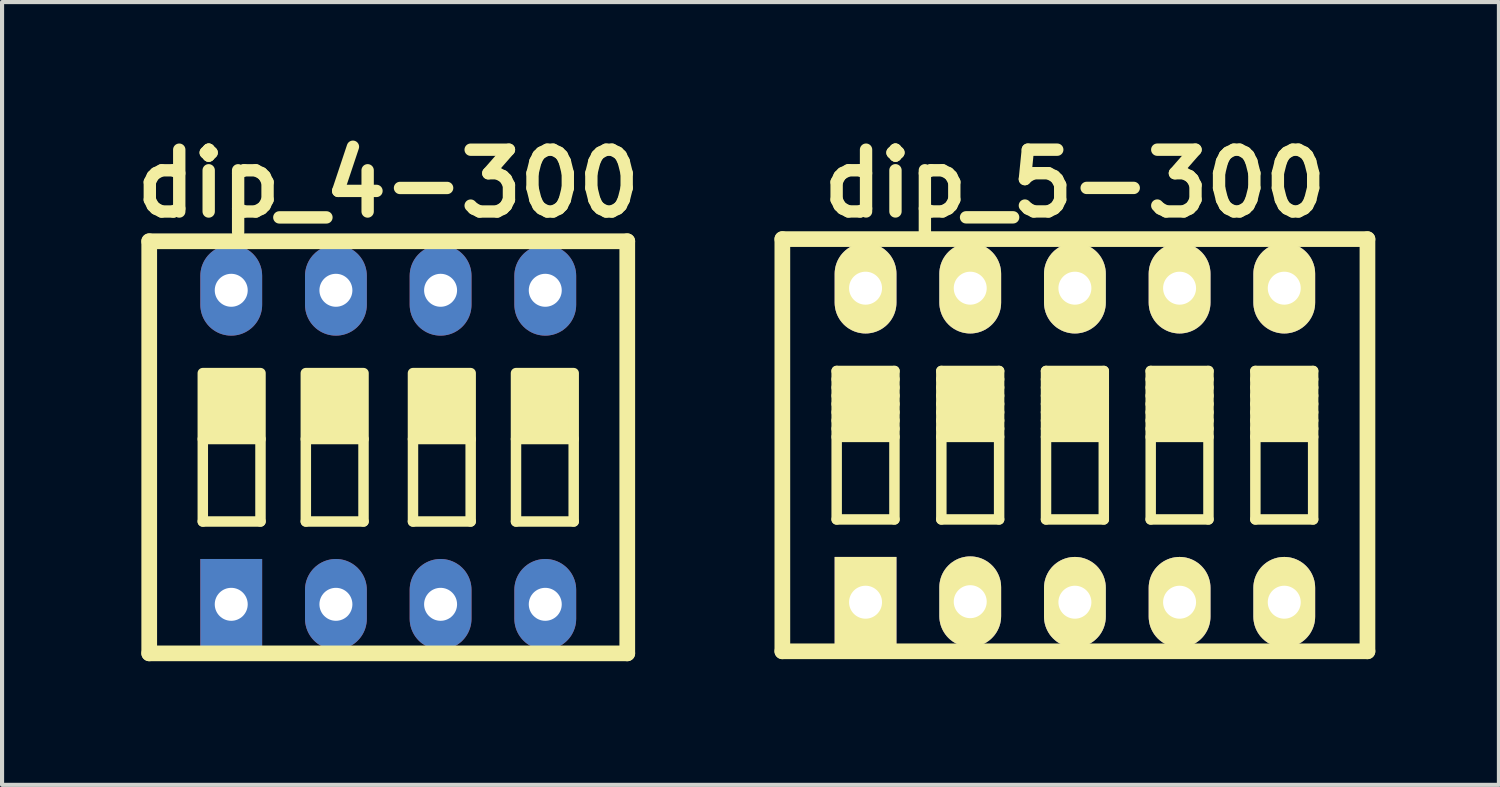
<source format=kicad_pcb>
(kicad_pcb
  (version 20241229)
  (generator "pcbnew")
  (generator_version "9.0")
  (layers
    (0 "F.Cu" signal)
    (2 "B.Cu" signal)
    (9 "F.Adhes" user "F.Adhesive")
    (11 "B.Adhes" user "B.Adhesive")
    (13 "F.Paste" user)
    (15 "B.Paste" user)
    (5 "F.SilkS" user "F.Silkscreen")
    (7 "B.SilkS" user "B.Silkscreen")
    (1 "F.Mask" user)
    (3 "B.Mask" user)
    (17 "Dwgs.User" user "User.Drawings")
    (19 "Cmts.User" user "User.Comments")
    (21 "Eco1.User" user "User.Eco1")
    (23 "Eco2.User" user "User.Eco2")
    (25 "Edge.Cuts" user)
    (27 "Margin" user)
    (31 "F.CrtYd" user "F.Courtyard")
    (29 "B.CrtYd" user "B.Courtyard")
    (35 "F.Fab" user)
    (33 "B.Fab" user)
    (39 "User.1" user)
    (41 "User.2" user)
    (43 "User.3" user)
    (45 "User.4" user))
  (footprint "dip_4-300"
    (layer "F.Cu")
    (at 6.371 7.804)
    (property "Reference" "dip_4-300" (at 0 -6.4 0) (layer "F.SilkS") (effects (font (size 1.5 1.5) (thickness 0.3))))
    (attr through_hole)
    (fp_line (start -5.8 -5) (end 5.8 -5) (stroke (width 0.381) (type solid)) (layer "F.SilkS"))
    (fp_line (start -5.8 5) (end -5.8 -5) (stroke (width 0.381) (type solid)) (layer "F.SilkS"))
    (fp_line (start -4.5 -0.2) (end -4.5 1.8) (stroke (width 0.254) (type solid)) (layer "F.SilkS"))
    (fp_line (start -4.5 1.8) (end -3.1 1.8) (stroke (width 0.254) (type solid)) (layer "F.SilkS"))
    (fp_line (start -3.1 1.8) (end -3.1 -0.2) (stroke (width 0.254) (type solid)) (layer "F.SilkS"))
    (fp_line (start -2 -0.2) (end -2 1.8) (stroke (width 0.254) (type solid)) (layer "F.SilkS"))
    (fp_line (start -2 1.8) (end -0.6 1.8) (stroke (width 0.254) (type solid)) (layer "F.SilkS"))
    (fp_line (start -0.6 1.8) (end -0.6 -0.2) (stroke (width 0.254) (type solid)) (layer "F.SilkS"))
    (fp_line (start 0.6 -0.2) (end 0.6 1.8) (stroke (width 0.254) (type solid)) (layer "F.SilkS"))
    (fp_line (start 0.6 1.8) (end 2 1.8) (stroke (width 0.254) (type solid)) (layer "F.SilkS"))
    (fp_line (start 2 1.8) (end 2 -0.2) (stroke (width 0.254) (type solid)) (layer "F.SilkS"))
    (fp_line (start 3.1 -0.2) (end 3.1 1.8) (stroke (width 0.254) (type solid)) (layer "F.SilkS"))
    (fp_line (start 3.1 1.8) (end 4.5 1.8) (stroke (width 0.254) (type solid)) (layer "F.SilkS"))
    (fp_line (start 4.5 1.8) (end 4.5 -0.2) (stroke (width 0.254) (type solid)) (layer "F.SilkS"))
    (fp_line (start 5.8 -5) (end 5.8 5) (stroke (width 0.381) (type solid)) (layer "F.SilkS"))
    (fp_line (start 5.8 5) (end -5.8 5) (stroke (width 0.381) (type solid)) (layer "F.SilkS"))
    (fp_poly (pts (xy -3.1 -0.2) (xy -4.5 -0.2) (xy -4.5 -1.8) (xy -3.1 -1.8)) (stroke (width 0.254) (type solid)) (fill yes) (layer "F.SilkS"))
    (fp_poly (pts (xy -2 -0.2) (xy -0.6 -0.2) (xy -0.6 -1.8) (xy -2 -1.8)) (stroke (width 0.254) (type solid)) (fill yes) (layer "F.SilkS"))
    (fp_poly (pts (xy 0.6 -0.2) (xy 2 -0.2) (xy 2 -1.8) (xy 0.6 -1.8)) (stroke (width 0.254) (type solid)) (fill yes) (layer "F.SilkS"))
    (fp_poly (pts (xy 3.1 -0.2) (xy 4.5 -0.2) (xy 4.5 -1.8) (xy 3.1 -1.8)) (stroke (width 0.254) (type solid)) (fill yes) (layer "F.SilkS"))
    (pad "1" thru_hole rect (at -3.81 3.81) (size 1.5 2.2) (drill 0.8) (layers "*.Cu" "*.Mask"))
    (pad "2" thru_hole oval (at -1.27 3.81) (size 1.5 2.2) (drill 0.8) (layers "*.Cu" "*.Mask"))
    (pad "3" thru_hole oval (at 1.27 3.81) (size 1.5 2.2) (drill 0.8) (layers "*.Cu" "*.Mask"))
    (pad "4" thru_hole oval (at 3.81 3.81) (size 1.5 2.2) (drill 0.8) (layers "*.Cu" "*.Mask"))
    (pad "5" thru_hole oval (at 3.81 -3.81) (size 1.5 2.2) (drill 0.8) (layers "*.Cu" "*.Mask"))
    (pad "6" thru_hole oval (at 1.27 -3.81) (size 1.5 2.2) (drill 0.8) (layers "*.Cu" "*.Mask"))
    (pad "7" thru_hole oval (at -1.27 -3.81) (size 1.5 2.2) (drill 0.8) (layers "*.Cu" "*.Mask"))
    (pad "8" thru_hole oval (at -3.81 -3.81) (size 1.5 2.2) (drill 0.8) (layers "*.Cu" "*.Mask")))
  (footprint "dip_5-300"
    (layer "F.Cu")
    (at 23.033 7.753)
    (property "Reference" "dip_5-300" (at 0 -6.35 0) (layer "F.SilkS") (effects (font (size 1.499 1.499) (thickness 0.3))))
    (attr through_hole)
    (fp_line (start -7.099 5.001) (end -7.099 -5.001) (stroke (width 0.381) (type solid)) (layer "F.SilkS"))
    (fp_line (start -7.099 5.001) (end 7.099 5.001) (stroke (width 0.381) (type solid)) (layer "F.SilkS"))
    (fp_line (start -5.781 -1.801) (end -5.781 1.801) (stroke (width 0.254) (type solid)) (layer "F.SilkS"))
    (fp_line (start -5.781 -1.6) (end -4.379 -1.6) (stroke (width 0.254) (type solid)) (layer "F.SilkS"))
    (fp_line (start -5.781 -1.4) (end -4.379 -1.4) (stroke (width 0.254) (type solid)) (layer "F.SilkS"))
    (fp_line (start -5.781 -1.201) (end -4.379 -1.201) (stroke (width 0.254) (type solid)) (layer "F.SilkS"))
    (fp_line (start -5.781 -1.001) (end -4.379 -1.001) (stroke (width 0.254) (type solid)) (layer "F.SilkS"))
    (fp_line (start -5.781 -0.8) (end -4.379 -0.8) (stroke (width 0.254) (type solid)) (layer "F.SilkS"))
    (fp_line (start -5.781 -0.599) (end -4.379 -0.599) (stroke (width 0.254) (type solid)) (layer "F.SilkS"))
    (fp_line (start -5.781 -0.401) (end -4.379 -0.401) (stroke (width 0.254) (type solid)) (layer "F.SilkS"))
    (fp_line (start -5.781 -0.201) (end -4.379 -0.201) (stroke (width 0.254) (type solid)) (layer "F.SilkS"))
    (fp_line (start -5.781 1.801) (end -4.379 1.801) (stroke (width 0.254) (type solid)) (layer "F.SilkS"))
    (fp_line (start -4.379 -1.801) (end -5.781 -1.801) (stroke (width 0.254) (type solid)) (layer "F.SilkS"))
    (fp_line (start -4.379 1.801) (end -4.379 -1.801) (stroke (width 0.254) (type solid)) (layer "F.SilkS"))
    (fp_line (start -3.241 -1.801) (end -3.241 1.801) (stroke (width 0.254) (type solid)) (layer "F.SilkS"))
    (fp_line (start -3.241 -1.6) (end -1.839 -1.6) (stroke (width 0.254) (type solid)) (layer "F.SilkS"))
    (fp_line (start -3.241 -1.4) (end -1.839 -1.4) (stroke (width 0.254) (type solid)) (layer "F.SilkS"))
    (fp_line (start -3.241 -1.201) (end -1.839 -1.201) (stroke (width 0.254) (type solid)) (layer "F.SilkS"))
    (fp_line (start -3.241 -1.001) (end -1.839 -1.001) (stroke (width 0.254) (type solid)) (layer "F.SilkS"))
    (fp_line (start -3.241 -0.8) (end -1.839 -0.8) (stroke (width 0.254) (type solid)) (layer "F.SilkS"))
    (fp_line (start -3.241 -0.599) (end -1.839 -0.599) (stroke (width 0.254) (type solid)) (layer "F.SilkS"))
    (fp_line (start -3.241 -0.401) (end -1.839 -0.401) (stroke (width 0.254) (type solid)) (layer "F.SilkS"))
    (fp_line (start -3.241 -0.201) (end -1.839 -0.201) (stroke (width 0.254) (type solid)) (layer "F.SilkS"))
    (fp_line (start -3.241 1.801) (end -1.839 1.801) (stroke (width 0.254) (type solid)) (layer "F.SilkS"))
    (fp_line (start -1.839 -1.801) (end -3.241 -1.801) (stroke (width 0.254) (type solid)) (layer "F.SilkS"))
    (fp_line (start -1.839 1.801) (end -1.839 -1.801) (stroke (width 0.254) (type solid)) (layer "F.SilkS"))
    (fp_line (start -0.701 -1.801) (end -0.701 1.801) (stroke (width 0.254) (type solid)) (layer "F.SilkS"))
    (fp_line (start -0.701 -1.6) (end 0.701 -1.6) (stroke (width 0.254) (type solid)) (layer "F.SilkS"))
    (fp_line (start -0.701 -1.4) (end 0.701 -1.4) (stroke (width 0.254) (type solid)) (layer "F.SilkS"))
    (fp_line (start -0.701 -1.201) (end 0.701 -1.201) (stroke (width 0.254) (type solid)) (layer "F.SilkS"))
    (fp_line (start -0.701 -1.001) (end 0.701 -1.001) (stroke (width 0.254) (type solid)) (layer "F.SilkS"))
    (fp_line (start -0.701 -0.8) (end 0.701 -0.8) (stroke (width 0.254) (type solid)) (layer "F.SilkS"))
    (fp_line (start -0.701 -0.599) (end 0.701 -0.599) (stroke (width 0.254) (type solid)) (layer "F.SilkS"))
    (fp_line (start -0.701 -0.401) (end 0.701 -0.401) (stroke (width 0.254) (type solid)) (layer "F.SilkS"))
    (fp_line (start -0.701 -0.201) (end 0.701 -0.201) (stroke (width 0.254) (type solid)) (layer "F.SilkS"))
    (fp_line (start -0.701 1.801) (end 0.701 1.801) (stroke (width 0.254) (type solid)) (layer "F.SilkS"))
    (fp_line (start 0.701 -1.801) (end -0.701 -1.801) (stroke (width 0.254) (type solid)) (layer "F.SilkS"))
    (fp_line (start 0.701 1.801) (end 0.701 -1.801) (stroke (width 0.254) (type solid)) (layer "F.SilkS"))
    (fp_line (start 1.839 -1.801) (end 1.839 1.801) (stroke (width 0.254) (type solid)) (layer "F.SilkS"))
    (fp_line (start 1.839 -1.6) (end 3.241 -1.6) (stroke (width 0.254) (type solid)) (layer "F.SilkS"))
    (fp_line (start 1.839 -1.4) (end 3.241 -1.4) (stroke (width 0.254) (type solid)) (layer "F.SilkS"))
    (fp_line (start 1.839 -1.201) (end 3.241 -1.201) (stroke (width 0.254) (type solid)) (layer "F.SilkS"))
    (fp_line (start 1.839 -1.001) (end 3.241 -1.001) (stroke (width 0.254) (type solid)) (layer "F.SilkS"))
    (fp_line (start 1.839 -0.8) (end 3.241 -0.8) (stroke (width 0.254) (type solid)) (layer "F.SilkS"))
    (fp_line (start 1.839 -0.599) (end 3.241 -0.599) (stroke (width 0.254) (type solid)) (layer "F.SilkS"))
    (fp_line (start 1.839 -0.401) (end 3.241 -0.401) (stroke (width 0.254) (type solid)) (layer "F.SilkS"))
    (fp_line (start 1.839 -0.201) (end 3.241 -0.201) (stroke (width 0.254) (type solid)) (layer "F.SilkS"))
    (fp_line (start 1.839 1.801) (end 3.241 1.801) (stroke (width 0.254) (type solid)) (layer "F.SilkS"))
    (fp_line (start 3.241 -1.801) (end 1.839 -1.801) (stroke (width 0.254) (type solid)) (layer "F.SilkS"))
    (fp_line (start 3.241 1.801) (end 3.241 -1.801) (stroke (width 0.254) (type solid)) (layer "F.SilkS"))
    (fp_line (start 4.379 -1.801) (end 4.379 1.801) (stroke (width 0.254) (type solid)) (layer "F.SilkS"))
    (fp_line (start 4.379 -1.6) (end 5.781 -1.6) (stroke (width 0.254) (type solid)) (layer "F.SilkS"))
    (fp_line (start 4.379 -1.4) (end 5.781 -1.4) (stroke (width 0.254) (type solid)) (layer "F.SilkS"))
    (fp_line (start 4.379 -1.201) (end 5.781 -1.201) (stroke (width 0.254) (type solid)) (layer "F.SilkS"))
    (fp_line (start 4.379 -1.001) (end 5.781 -1.001) (stroke (width 0.254) (type solid)) (layer "F.SilkS"))
    (fp_line (start 4.379 -0.8) (end 5.781 -0.8) (stroke (width 0.254) (type solid)) (layer "F.SilkS"))
    (fp_line (start 4.379 -0.599) (end 5.781 -0.599) (stroke (width 0.254) (type solid)) (layer "F.SilkS"))
    (fp_line (start 4.379 -0.401) (end 5.781 -0.401) (stroke (width 0.254) (type solid)) (layer "F.SilkS"))
    (fp_line (start 4.379 -0.201) (end 5.781 -0.201) (stroke (width 0.254) (type solid)) (layer "F.SilkS"))
    (fp_line (start 4.379 1.801) (end 5.781 1.801) (stroke (width 0.254) (type solid)) (layer "F.SilkS"))
    (fp_line (start 5.781 -1.801) (end 4.379 -1.801) (stroke (width 0.254) (type solid)) (layer "F.SilkS"))
    (fp_line (start 5.781 1.801) (end 5.781 -1.801) (stroke (width 0.254) (type solid)) (layer "F.SilkS"))
    (fp_line (start 7.099 -5.001) (end -7.099 -5.001) (stroke (width 0.381) (type solid)) (layer "F.SilkS"))
    (fp_line (start 7.099 -4.999) (end 7.099 5.001) (stroke (width 0.381) (type solid)) (layer "F.SilkS"))
    (pad "1" thru_hole rect (at -5.08 3.81) (size 1.499 2.197) (drill 0.8) (layers "*.Cu" "*.Mask" "F.SilkS"))
    (pad "2" thru_hole oval (at -2.54 3.797) (size 1.499 2.197) (drill 0.8) (layers "*.Cu" "*.Mask" "F.SilkS"))
    (pad "3" thru_hole oval (at 0 3.81) (size 1.499 2.197) (drill 0.8) (layers "*.Cu" "*.Mask" "F.SilkS"))
    (pad "4" thru_hole oval (at 2.54 3.81) (size 1.499 2.197) (drill 0.8) (layers "*.Cu" "*.Mask" "F.SilkS"))
    (pad "5" thru_hole oval (at 5.08 3.81) (size 1.499 2.197) (drill 0.8) (layers "*.Cu" "*.Mask" "F.SilkS"))
    (pad "6" thru_hole oval (at 5.08 -3.81) (size 1.499 2.197) (drill 0.8) (layers "*.Cu" "*.Mask" "F.SilkS"))
    (pad "7" thru_hole oval (at 2.54 -3.81) (size 1.499 2.197) (drill 0.8) (layers "*.Cu" "*.Mask" "F.SilkS"))
    (pad "8" thru_hole oval (at 0 -3.81) (size 1.499 2.197) (drill 0.8) (layers "*.Cu" "*.Mask" "F.SilkS"))
    (pad "9" thru_hole oval (at -2.54 -3.81) (size 1.499 2.197) (drill 0.8) (layers "*.Cu" "*.Mask" "F.SilkS"))
    (pad "10" thru_hole oval (at -5.08 -3.81) (size 1.499 2.197) (drill 0.8) (layers "*.Cu" "*.Mask" "F.SilkS")))
  (gr_rect
    (start -3 -3)
    (end 33.322 15.995)
    (stroke (width 0.1) (type default))
    (fill no)
    (layer "Edge.Cuts")))
</source>
